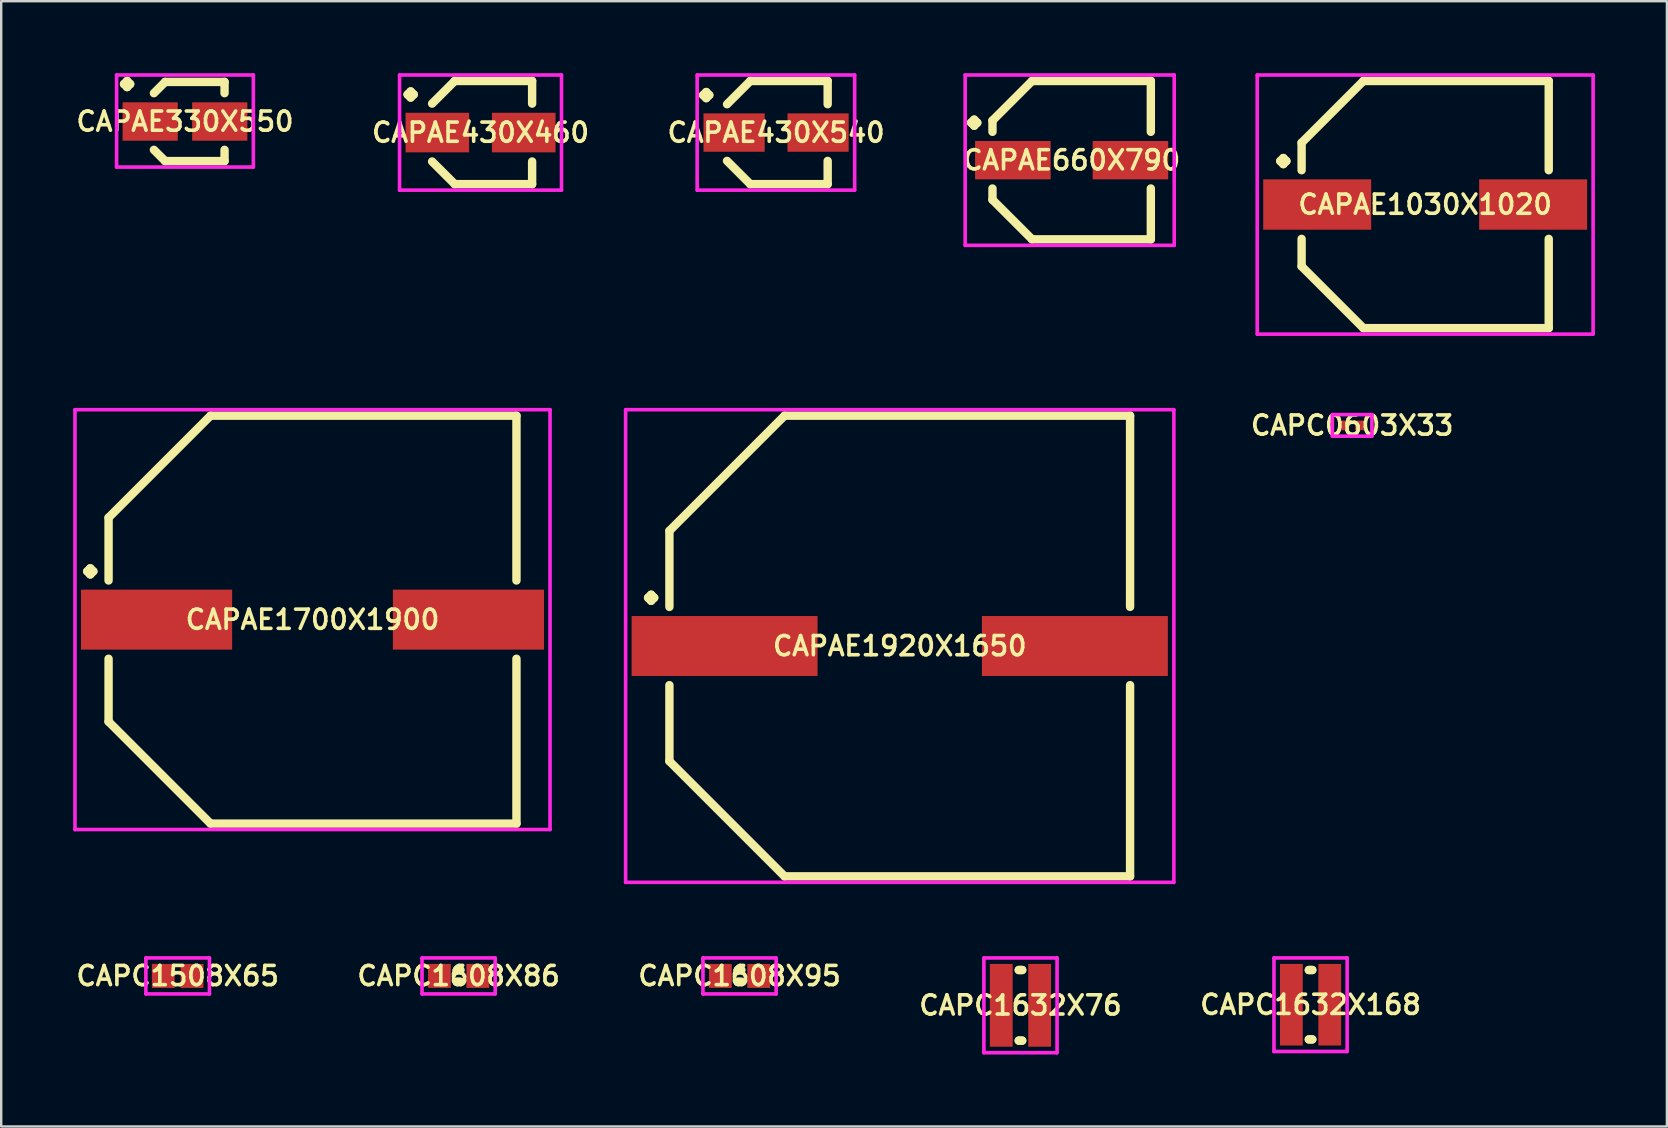
<source format=kicad_pcb>
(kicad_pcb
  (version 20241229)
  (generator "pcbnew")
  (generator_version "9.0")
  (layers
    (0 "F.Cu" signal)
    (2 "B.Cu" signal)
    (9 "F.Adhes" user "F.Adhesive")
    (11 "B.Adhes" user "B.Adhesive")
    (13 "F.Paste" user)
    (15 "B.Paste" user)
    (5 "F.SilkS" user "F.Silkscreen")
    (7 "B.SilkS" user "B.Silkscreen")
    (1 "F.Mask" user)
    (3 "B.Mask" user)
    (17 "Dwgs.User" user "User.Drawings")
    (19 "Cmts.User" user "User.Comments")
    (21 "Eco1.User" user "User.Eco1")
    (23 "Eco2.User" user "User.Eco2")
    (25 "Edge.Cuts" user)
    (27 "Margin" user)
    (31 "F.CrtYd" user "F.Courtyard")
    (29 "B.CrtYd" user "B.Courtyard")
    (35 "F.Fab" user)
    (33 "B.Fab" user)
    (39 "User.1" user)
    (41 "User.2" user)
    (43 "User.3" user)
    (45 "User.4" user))
  (footprint "CAPC1632X168"
    (layer "F.Cu")
    (at 51.572 38.825)
    (property "Reference" "CAPC1632X168" (at 0 0 0) (layer "F.SilkS") (effects (font (size 0.8 0.8) (thickness 0.15))))
    (attr smd)
    (fp_line (start -0.071 -1.446) (end 0.071 -1.446) (stroke (width 0.35) (type solid)) (layer "F.SilkS"))
    (fp_line (start -0.071 1.446) (end 0.071 1.446) (stroke (width 0.35) (type solid)) (layer "F.SilkS"))
    (fp_line (start 0.071 -1.446) (end -0.071 -1.446) (stroke (width 0.35) (type solid)) (layer "F.SilkS"))
    (fp_line (start 0.071 1.446) (end -0.071 1.446) (stroke (width 0.35) (type solid)) (layer "F.SilkS"))
    (fp_line (start -1.525 -1.95) (end 1.525 -1.95) (stroke (width 0.15) (type solid)) (layer "F.CrtYd"))
    (fp_line (start -1.525 1.95) (end -1.525 -1.95) (stroke (width 0.15) (type solid)) (layer "F.CrtYd"))
    (fp_line (start 1.525 -1.95) (end 1.525 1.95) (stroke (width 0.15) (type solid)) (layer "F.CrtYd"))
    (fp_line (start 1.525 1.95) (end -1.525 1.95) (stroke (width 0.15) (type solid)) (layer "F.CrtYd"))
    (pad "1" smd rect (at -0.8 0) (size 0.95 3.4) (layers "F.Cu" "F.Mask" "F.Paste"))
    (pad "2" smd rect (at 0.8 0) (size 0.95 3.4) (layers "F.Cu" "F.Mask" "F.Paste")))
  (footprint "CAPAE430X540"
    (layer "F.Cu")
    (at 29.296 2.475)
    (property "Reference" "CAPAE430X540" (at 0 0 0) (layer "F.SilkS") (effects (font (size 0.8 0.8) (thickness 0.15))))
    (attr smd)
    (fp_line (start -3.039 -1.562) (end -2.912 -1.689) (stroke (width 0.35) (type solid)) (layer "F.SilkS"))
    (fp_line (start -2.912 -1.689) (end -2.785 -1.562) (stroke (width 0.35) (type solid)) (layer "F.SilkS"))
    (fp_line (start -2.912 -1.435) (end -3.039 -1.562) (stroke (width 0.35) (type solid)) (layer "F.SilkS"))
    (fp_line (start -2.785 -1.562) (end -2.912 -1.435) (stroke (width 0.35) (type solid)) (layer "F.SilkS"))
    (fp_line (start -1.075 -2.15) (end -2.044 -1.181) (stroke (width 0.35) (type solid)) (layer "F.SilkS"))
    (fp_line (start -1.075 2.15) (end -2.044 1.181) (stroke (width 0.35) (type solid)) (layer "F.SilkS"))
    (fp_line (start 2.15 -2.15) (end -1.075 -2.15) (stroke (width 0.35) (type solid)) (layer "F.SilkS"))
    (fp_line (start 2.15 -1.181) (end 2.15 -2.15) (stroke (width 0.35) (type solid)) (layer "F.SilkS"))
    (fp_line (start 2.15 1.181) (end 2.15 2.15) (stroke (width 0.35) (type solid)) (layer "F.SilkS"))
    (fp_line (start 2.15 2.15) (end -1.075 2.15) (stroke (width 0.35) (type solid)) (layer "F.SilkS"))
    (fp_line (start -3.289 -2.4) (end 3.275 -2.4) (stroke (width 0.15) (type solid)) (layer "F.CrtYd"))
    (fp_line (start -3.289 2.4) (end -3.289 -2.4) (stroke (width 0.15) (type solid)) (layer "F.CrtYd"))
    (fp_line (start 3.275 -2.4) (end 3.275 2.4) (stroke (width 0.15) (type solid)) (layer "F.CrtYd"))
    (fp_line (start 3.275 2.4) (end -3.289 2.4) (stroke (width 0.15) (type solid)) (layer "F.CrtYd"))
    (pad "1" smd rect (at -1.75 0) (size 2.55 1.6) (layers "F.Cu" "F.Mask" "F.Paste"))
    (pad "2" smd rect (at 1.75 0) (size 2.55 1.6) (layers "F.Cu" "F.Mask" "F.Paste")))
  (footprint "CAPAE660X790"
    (layer "F.Cu")
    (at 41.615 3.625)
    (property "Reference" "CAPAE660X790" (at 0 0 0) (layer "F.SilkS") (effects (font (size 0.8 0.8) (thickness 0.15))))
    (attr smd)
    (fp_line (start -4.189 -1.562) (end -4.062 -1.689) (stroke (width 0.35) (type solid)) (layer "F.SilkS"))
    (fp_line (start -4.062 -1.689) (end -3.935 -1.562) (stroke (width 0.35) (type solid)) (layer "F.SilkS"))
    (fp_line (start -4.062 -1.435) (end -4.189 -1.562) (stroke (width 0.35) (type solid)) (layer "F.SilkS"))
    (fp_line (start -3.935 -1.562) (end -4.062 -1.435) (stroke (width 0.35) (type solid)) (layer "F.SilkS"))
    (fp_line (start -3.3 -1.65) (end -3.3 -1.181) (stroke (width 0.35) (type solid)) (layer "F.SilkS"))
    (fp_line (start -3.3 1.65) (end -3.3 1.181) (stroke (width 0.35) (type solid)) (layer "F.SilkS"))
    (fp_line (start -1.65 -3.3) (end -3.3 -1.65) (stroke (width 0.35) (type solid)) (layer "F.SilkS"))
    (fp_line (start -1.65 3.3) (end -3.3 1.65) (stroke (width 0.35) (type solid)) (layer "F.SilkS"))
    (fp_line (start 3.3 -3.3) (end -1.65 -3.3) (stroke (width 0.35) (type solid)) (layer "F.SilkS"))
    (fp_line (start 3.3 -1.181) (end 3.3 -3.3) (stroke (width 0.35) (type solid)) (layer "F.SilkS"))
    (fp_line (start 3.3 1.181) (end 3.3 3.3) (stroke (width 0.35) (type solid)) (layer "F.SilkS"))
    (fp_line (start 3.3 3.3) (end -1.65 3.3) (stroke (width 0.35) (type solid)) (layer "F.SilkS"))
    (fp_line (start -4.439 -3.55) (end 4.275 -3.55) (stroke (width 0.15) (type solid)) (layer "F.CrtYd"))
    (fp_line (start -4.439 3.55) (end -4.439 -3.55) (stroke (width 0.15) (type solid)) (layer "F.CrtYd"))
    (fp_line (start 4.275 -3.55) (end 4.275 3.55) (stroke (width 0.15) (type solid)) (layer "F.CrtYd"))
    (fp_line (start 4.275 3.55) (end -4.439 3.55) (stroke (width 0.15) (type solid)) (layer "F.CrtYd"))
    (pad "1" smd rect (at -2.45 0) (size 3.15 1.6) (layers "F.Cu" "F.Mask" "F.Paste"))
    (pad "2" smd rect (at 2.45 0) (size 3.15 1.6) (layers "F.Cu" "F.Mask" "F.Paste")))
  (footprint "CAPAE430X460"
    (layer "F.Cu")
    (at 16.978 2.475)
    (property "Reference" "CAPAE430X460" (at 0 0 0) (layer "F.SilkS") (effects (font (size 0.8 0.8) (thickness 0.15))))
    (attr smd)
    (fp_line (start -3.039 -1.587) (end -2.912 -1.714) (stroke (width 0.35) (type solid)) (layer "F.SilkS"))
    (fp_line (start -2.912 -1.714) (end -2.785 -1.587) (stroke (width 0.35) (type solid)) (layer "F.SilkS"))
    (fp_line (start -2.912 -1.46) (end -3.039 -1.587) (stroke (width 0.35) (type solid)) (layer "F.SilkS"))
    (fp_line (start -2.785 -1.587) (end -2.912 -1.46) (stroke (width 0.35) (type solid)) (layer "F.SilkS"))
    (fp_line (start -1.075 -2.15) (end -2.019 -1.206) (stroke (width 0.35) (type solid)) (layer "F.SilkS"))
    (fp_line (start -1.075 2.15) (end -2.019 1.206) (stroke (width 0.35) (type solid)) (layer "F.SilkS"))
    (fp_line (start 2.15 -2.15) (end -1.075 -2.15) (stroke (width 0.35) (type solid)) (layer "F.SilkS"))
    (fp_line (start 2.15 -1.206) (end 2.15 -2.15) (stroke (width 0.35) (type solid)) (layer "F.SilkS"))
    (fp_line (start 2.15 1.206) (end 2.15 2.15) (stroke (width 0.35) (type solid)) (layer "F.SilkS"))
    (fp_line (start 2.15 2.15) (end -1.075 2.15) (stroke (width 0.35) (type solid)) (layer "F.SilkS"))
    (fp_line (start -3.375 -2.4) (end 3.375 -2.4) (stroke (width 0.15) (type solid)) (layer "F.CrtYd"))
    (fp_line (start -3.375 2.4) (end -3.375 -2.4) (stroke (width 0.15) (type solid)) (layer "F.CrtYd"))
    (fp_line (start 3.375 -2.4) (end 3.375 2.4) (stroke (width 0.15) (type solid)) (layer "F.CrtYd"))
    (fp_line (start 3.375 2.4) (end -3.375 2.4) (stroke (width 0.15) (type solid)) (layer "F.CrtYd"))
    (pad "1" smd rect (at -1.8 0) (size 2.65 1.65) (layers "F.Cu" "F.Mask" "F.Paste"))
    (pad "2" smd rect (at 1.8 0) (size 2.65 1.65) (layers "F.Cu" "F.Mask" "F.Paste")))
  (footprint "CAPC1608X86"
    (layer "F.Cu")
    (at 16.064 37.625)
    (property "Reference" "CAPC1608X86" (at 0 0 0) (layer "F.SilkS") (effects (font (size 0.8 0.8) (thickness 0.15))))
    (attr smd)
    (fp_line (start -0.071 -0.246) (end 0.071 -0.246) (stroke (width 0.35) (type solid)) (layer "F.SilkS"))
    (fp_line (start -0.071 0.246) (end 0.071 0.246) (stroke (width 0.35) (type solid)) (layer "F.SilkS"))
    (fp_line (start 0.071 -0.246) (end -0.071 -0.246) (stroke (width 0.35) (type solid)) (layer "F.SilkS"))
    (fp_line (start 0.071 0.246) (end -0.071 0.246) (stroke (width 0.35) (type solid)) (layer "F.SilkS"))
    (fp_line (start -1.525 -0.75) (end 1.525 -0.75) (stroke (width 0.15) (type solid)) (layer "F.CrtYd"))
    (fp_line (start -1.525 0.75) (end -1.525 -0.75) (stroke (width 0.15) (type solid)) (layer "F.CrtYd"))
    (fp_line (start 1.525 -0.75) (end 1.525 0.75) (stroke (width 0.15) (type solid)) (layer "F.CrtYd"))
    (fp_line (start 1.525 0.75) (end -1.525 0.75) (stroke (width 0.15) (type solid)) (layer "F.CrtYd"))
    (pad "1" smd rect (at -0.8 0) (size 0.95 1) (layers "F.Cu" "F.Mask" "F.Paste"))
    (pad "2" smd rect (at 0.8 0) (size 0.95 1) (layers "F.Cu" "F.Mask" "F.Paste")))
  (footprint "CAPAE1030X1020"
    (layer "F.Cu")
    (at 56.349 5.475)
    (property "Reference" "CAPAE1030X1020" (at 0 0 0) (layer "F.SilkS") (effects (font (size 0.8 0.8) (thickness 0.15))))
    (attr smd)
    (fp_line (start -6.039 -1.812) (end -5.912 -1.939) (stroke (width 0.35) (type solid)) (layer "F.SilkS"))
    (fp_line (start -5.912 -1.939) (end -5.785 -1.812) (stroke (width 0.35) (type solid)) (layer "F.SilkS"))
    (fp_line (start -5.912 -1.685) (end -6.039 -1.812) (stroke (width 0.35) (type solid)) (layer "F.SilkS"))
    (fp_line (start -5.785 -1.812) (end -5.912 -1.685) (stroke (width 0.35) (type solid)) (layer "F.SilkS"))
    (fp_line (start -5.15 -2.575) (end -5.15 -1.431) (stroke (width 0.35) (type solid)) (layer "F.SilkS"))
    (fp_line (start -5.15 2.575) (end -5.15 1.431) (stroke (width 0.35) (type solid)) (layer "F.SilkS"))
    (fp_line (start -2.575 -5.15) (end -5.15 -2.575) (stroke (width 0.35) (type solid)) (layer "F.SilkS"))
    (fp_line (start -2.575 5.15) (end -5.15 2.575) (stroke (width 0.35) (type solid)) (layer "F.SilkS"))
    (fp_line (start 5.15 -5.15) (end -2.575 -5.15) (stroke (width 0.35) (type solid)) (layer "F.SilkS"))
    (fp_line (start 5.15 -1.431) (end 5.15 -5.15) (stroke (width 0.35) (type solid)) (layer "F.SilkS"))
    (fp_line (start 5.15 1.431) (end 5.15 5.15) (stroke (width 0.35) (type solid)) (layer "F.SilkS"))
    (fp_line (start 5.15 5.15) (end -2.575 5.15) (stroke (width 0.35) (type solid)) (layer "F.SilkS"))
    (fp_line (start -7 -5.4) (end 7 -5.4) (stroke (width 0.15) (type solid)) (layer "F.CrtYd"))
    (fp_line (start -7 5.4) (end -7 -5.4) (stroke (width 0.15) (type solid)) (layer "F.CrtYd"))
    (fp_line (start 7 -5.4) (end 7 5.4) (stroke (width 0.15) (type solid)) (layer "F.CrtYd"))
    (fp_line (start 7 5.4) (end -7 5.4) (stroke (width 0.15) (type solid)) (layer "F.CrtYd"))
    (pad "1" smd rect (at -4.5 0) (size 4.5 2.1) (layers "F.Cu" "F.Mask" "F.Paste"))
    (pad "2" smd rect (at 4.5 0) (size 4.5 2.1) (layers "F.Cu" "F.Mask" "F.Paste")))
  (footprint "CAPAE1700X1900"
    (layer "F.Cu")
    (at 9.975 22.775)
    (property "Reference" "CAPAE1700X1900" (at 0 0 0) (layer "F.SilkS") (effects (font (size 0.8 0.8) (thickness 0.15))))
    (attr smd)
    (fp_line (start -9.389 -2.012) (end -9.262 -2.139) (stroke (width 0.35) (type solid)) (layer "F.SilkS"))
    (fp_line (start -9.262 -2.139) (end -9.135 -2.012) (stroke (width 0.35) (type solid)) (layer "F.SilkS"))
    (fp_line (start -9.262 -1.885) (end -9.389 -2.012) (stroke (width 0.35) (type solid)) (layer "F.SilkS"))
    (fp_line (start -9.135 -2.012) (end -9.262 -1.885) (stroke (width 0.35) (type solid)) (layer "F.SilkS"))
    (fp_line (start -8.5 -4.25) (end -8.5 -1.631) (stroke (width 0.35) (type solid)) (layer "F.SilkS"))
    (fp_line (start -8.5 4.25) (end -8.5 1.631) (stroke (width 0.35) (type solid)) (layer "F.SilkS"))
    (fp_line (start -4.25 -8.5) (end -8.5 -4.25) (stroke (width 0.35) (type solid)) (layer "F.SilkS"))
    (fp_line (start -4.25 8.5) (end -8.5 4.25) (stroke (width 0.35) (type solid)) (layer "F.SilkS"))
    (fp_line (start 8.5 -8.5) (end -4.25 -8.5) (stroke (width 0.35) (type solid)) (layer "F.SilkS"))
    (fp_line (start 8.5 -1.631) (end 8.5 -8.5) (stroke (width 0.35) (type solid)) (layer "F.SilkS"))
    (fp_line (start 8.5 1.631) (end 8.5 8.5) (stroke (width 0.35) (type solid)) (layer "F.SilkS"))
    (fp_line (start 8.5 8.5) (end -4.25 8.5) (stroke (width 0.35) (type solid)) (layer "F.SilkS"))
    (fp_line (start -9.9 -8.75) (end 9.9 -8.75) (stroke (width 0.15) (type solid)) (layer "F.CrtYd"))
    (fp_line (start -9.9 8.75) (end -9.9 -8.75) (stroke (width 0.15) (type solid)) (layer "F.CrtYd"))
    (fp_line (start 9.9 -8.75) (end 9.9 8.75) (stroke (width 0.15) (type solid)) (layer "F.CrtYd"))
    (fp_line (start 9.9 8.75) (end -9.9 8.75) (stroke (width 0.15) (type solid)) (layer "F.CrtYd"))
    (pad "1" smd rect (at -6.5 0) (size 6.3 2.5) (layers "F.Cu" "F.Mask" "F.Paste"))
    (pad "2" smd rect (at 6.5 0) (size 6.3 2.5) (layers "F.Cu" "F.Mask" "F.Paste")))
  (footprint "CAPAE1920X1650"
    (layer "F.Cu")
    (at 34.45 23.875)
    (property "Reference" "CAPAE1920X1650" (at 0 0 0) (layer "F.SilkS") (effects (font (size 0.8 0.8) (thickness 0.15))))
    (attr smd)
    (fp_line (start -10.489 -2.012) (end -10.362 -2.139) (stroke (width 0.35) (type solid)) (layer "F.SilkS"))
    (fp_line (start -10.362 -2.139) (end -10.235 -2.012) (stroke (width 0.35) (type solid)) (layer "F.SilkS"))
    (fp_line (start -10.362 -1.885) (end -10.489 -2.012) (stroke (width 0.35) (type solid)) (layer "F.SilkS"))
    (fp_line (start -10.235 -2.012) (end -10.362 -1.885) (stroke (width 0.35) (type solid)) (layer "F.SilkS"))
    (fp_line (start -9.6 -4.8) (end -9.6 -1.631) (stroke (width 0.35) (type solid)) (layer "F.SilkS"))
    (fp_line (start -9.6 4.8) (end -9.6 1.631) (stroke (width 0.35) (type solid)) (layer "F.SilkS"))
    (fp_line (start -4.8 -9.6) (end -9.6 -4.8) (stroke (width 0.35) (type solid)) (layer "F.SilkS"))
    (fp_line (start -4.8 9.6) (end -9.6 4.8) (stroke (width 0.35) (type solid)) (layer "F.SilkS"))
    (fp_line (start 9.6 -9.6) (end -4.8 -9.6) (stroke (width 0.35) (type solid)) (layer "F.SilkS"))
    (fp_line (start 9.6 -1.631) (end 9.6 -9.6) (stroke (width 0.35) (type solid)) (layer "F.SilkS"))
    (fp_line (start 9.6 1.631) (end 9.6 9.6) (stroke (width 0.35) (type solid)) (layer "F.SilkS"))
    (fp_line (start 9.6 9.6) (end -4.8 9.6) (stroke (width 0.35) (type solid)) (layer "F.SilkS"))
    (fp_line (start -11.425 -9.85) (end 11.425 -9.85) (stroke (width 0.15) (type solid)) (layer "F.CrtYd"))
    (fp_line (start -11.425 9.85) (end -11.425 -9.85) (stroke (width 0.15) (type solid)) (layer "F.CrtYd"))
    (fp_line (start 11.425 -9.85) (end 11.425 9.85) (stroke (width 0.15) (type solid)) (layer "F.CrtYd"))
    (fp_line (start 11.425 9.85) (end -11.425 9.85) (stroke (width 0.15) (type solid)) (layer "F.CrtYd"))
    (pad "1" smd rect (at -7.3 0) (size 7.75 2.5) (layers "F.Cu" "F.Mask" "F.Paste"))
    (pad "2" smd rect (at 7.3 0) (size 7.75 2.5) (layers "F.Cu" "F.Mask" "F.Paste")))
  (footprint "CAPAE330X550"
    (layer "F.Cu")
    (at 4.659 2.014)
    (property "Reference" "CAPAE330X550" (at 0 0 0) (layer "F.SilkS") (effects (font (size 0.8 0.8) (thickness 0.15))))
    (attr smd)
    (fp_line (start -2.539 -1.562) (end -2.412 -1.689) (stroke (width 0.35) (type solid)) (layer "F.SilkS"))
    (fp_line (start -2.412 -1.689) (end -2.285 -1.562) (stroke (width 0.35) (type solid)) (layer "F.SilkS"))
    (fp_line (start -2.412 -1.435) (end -2.539 -1.562) (stroke (width 0.35) (type solid)) (layer "F.SilkS"))
    (fp_line (start -2.285 -1.562) (end -2.412 -1.435) (stroke (width 0.35) (type solid)) (layer "F.SilkS"))
    (fp_line (start -0.825 -1.65) (end -1.294 -1.181) (stroke (width 0.35) (type solid)) (layer "F.SilkS"))
    (fp_line (start -0.825 1.65) (end -1.294 1.181) (stroke (width 0.35) (type solid)) (layer "F.SilkS"))
    (fp_line (start 1.65 -1.65) (end -0.825 -1.65) (stroke (width 0.35) (type solid)) (layer "F.SilkS"))
    (fp_line (start 1.65 -1.181) (end 1.65 -1.65) (stroke (width 0.35) (type solid)) (layer "F.SilkS"))
    (fp_line (start 1.65 1.181) (end 1.65 1.65) (stroke (width 0.35) (type solid)) (layer "F.SilkS"))
    (fp_line (start 1.65 1.65) (end -0.825 1.65) (stroke (width 0.35) (type solid)) (layer "F.SilkS"))
    (fp_line (start -2.85 -1.939) (end 2.85 -1.939) (stroke (width 0.15) (type solid)) (layer "F.CrtYd"))
    (fp_line (start -2.85 1.9) (end -2.85 -1.939) (stroke (width 0.15) (type solid)) (layer "F.CrtYd"))
    (fp_line (start 2.85 -1.939) (end 2.85 1.9) (stroke (width 0.15) (type solid)) (layer "F.CrtYd"))
    (fp_line (start 2.85 1.9) (end -2.85 1.9) (stroke (width 0.15) (type solid)) (layer "F.CrtYd"))
    (pad "1" smd rect (at -1.45 0) (size 2.3 1.6) (layers "F.Cu" "F.Mask" "F.Paste"))
    (pad "2" smd rect (at 1.45 0) (size 2.3 1.6) (layers "F.Cu" "F.Mask" "F.Paste")))
  (footprint "CAPC1508X65"
    (layer "F.Cu")
    (at 4.355 37.625)
    (property "Reference" "CAPC1508X65" (at 0 0 0) (layer "F.SilkS") (effects (font (size 0.8 0.8) (thickness 0.15))))
    (attr smd)
    (fp_line (start -1.325 -0.75) (end 1.325 -0.75) (stroke (width 0.15) (type solid)) (layer "F.CrtYd"))
    (fp_line (start -1.325 0.75) (end -1.325 -0.75) (stroke (width 0.15) (type solid)) (layer "F.CrtYd"))
    (fp_line (start 1.325 -0.75) (end 1.325 0.75) (stroke (width 0.15) (type solid)) (layer "F.CrtYd"))
    (fp_line (start 1.325 0.75) (end -1.325 0.75) (stroke (width 0.15) (type solid)) (layer "F.CrtYd"))
    (pad "1" smd rect (at -0.6 0) (size 0.95 1) (layers "F.Cu" "F.Mask" "F.Paste"))
    (pad "2" smd rect (at 0.6 0) (size 0.95 1) (layers "F.Cu" "F.Mask" "F.Paste")))
  (footprint "CAPC1632X76"
    (layer "F.Cu")
    (at 39.482 38.85)
    (property "Reference" "CAPC1632X76" (at 0 0 0) (layer "F.SilkS") (effects (font (size 0.8 0.8) (thickness 0.15))))
    (attr smd)
    (fp_line (start -0.071 -1.471) (end 0.071 -1.471) (stroke (width 0.35) (type solid)) (layer "F.SilkS"))
    (fp_line (start -0.071 1.471) (end 0.071 1.471) (stroke (width 0.35) (type solid)) (layer "F.SilkS"))
    (fp_line (start 0.071 -1.471) (end -0.071 -1.471) (stroke (width 0.35) (type solid)) (layer "F.SilkS"))
    (fp_line (start 0.071 1.471) (end -0.071 1.471) (stroke (width 0.35) (type solid)) (layer "F.SilkS"))
    (fp_line (start -1.525 -1.975) (end 1.525 -1.975) (stroke (width 0.15) (type solid)) (layer "F.CrtYd"))
    (fp_line (start -1.525 1.975) (end -1.525 -1.975) (stroke (width 0.15) (type solid)) (layer "F.CrtYd"))
    (fp_line (start 1.525 -1.975) (end 1.525 1.975) (stroke (width 0.15) (type solid)) (layer "F.CrtYd"))
    (fp_line (start 1.525 1.975) (end -1.525 1.975) (stroke (width 0.15) (type solid)) (layer "F.CrtYd"))
    (pad "1" smd rect (at -0.8 0) (size 0.95 3.45) (layers "F.Cu" "F.Mask" "F.Paste"))
    (pad "2" smd rect (at 0.8 0) (size 0.95 3.45) (layers "F.Cu" "F.Mask" "F.Paste")))
  (footprint "CAPC1608X95"
    (layer "F.Cu")
    (at 27.773 37.625)
    (property "Reference" "CAPC1608X95" (at 0 0 0) (layer "F.SilkS") (effects (font (size 0.8 0.8) (thickness 0.15))))
    (attr smd)
    (fp_line (start -0.071 -0.246) (end 0.071 -0.246) (stroke (width 0.35) (type solid)) (layer "F.SilkS"))
    (fp_line (start -0.071 0.246) (end 0.071 0.246) (stroke (width 0.35) (type solid)) (layer "F.SilkS"))
    (fp_line (start 0.071 -0.246) (end -0.071 -0.246) (stroke (width 0.35) (type solid)) (layer "F.SilkS"))
    (fp_line (start 0.071 0.246) (end -0.071 0.246) (stroke (width 0.35) (type solid)) (layer "F.SilkS"))
    (fp_line (start -1.525 -0.75) (end 1.525 -0.75) (stroke (width 0.15) (type solid)) (layer "F.CrtYd"))
    (fp_line (start -1.525 0.75) (end -1.525 -0.75) (stroke (width 0.15) (type solid)) (layer "F.CrtYd"))
    (fp_line (start 1.525 -0.75) (end 1.525 0.75) (stroke (width 0.15) (type solid)) (layer "F.CrtYd"))
    (fp_line (start 1.525 0.75) (end -1.525 0.75) (stroke (width 0.15) (type solid)) (layer "F.CrtYd"))
    (pad "1" smd rect (at -0.8 0) (size 0.95 1) (layers "F.Cu" "F.Mask" "F.Paste"))
    (pad "2" smd rect (at 0.8 0) (size 0.95 1) (layers "F.Cu" "F.Mask" "F.Paste")))
  (footprint "CAPC0603X33"
    (layer "F.Cu")
    (at 53.305 14.681)
    (property "Reference" "CAPC0603X33" (at 0 0 0) (layer "F.SilkS") (effects (font (size 0.8 0.8) (thickness 0.15))))
    (attr smd)
    (fp_line (start -0.825 -0.45) (end 0.825 -0.45) (stroke (width 0.15) (type solid)) (layer "F.CrtYd"))
    (fp_line (start -0.825 0.45) (end -0.825 -0.45) (stroke (width 0.15) (type solid)) (layer "F.CrtYd"))
    (fp_line (start 0.825 -0.45) (end 0.825 0.45) (stroke (width 0.15) (type solid)) (layer "F.CrtYd"))
    (fp_line (start 0.825 0.45) (end -0.825 0.45) (stroke (width 0.15) (type solid)) (layer "F.CrtYd"))
    (pad "1" smd rect (at -0.35 0) (size 0.45 0.4) (layers "F.Cu" "F.Mask" "F.Paste"))
    (pad "2" smd rect (at 0.35 0) (size 0.45 0.4) (layers "F.Cu" "F.Mask" "F.Paste")))
  (gr_rect
    (start -3 -3)
    (end 66.424 43.9)
    (stroke (width 0.1) (type default))
    (fill no)
    (layer "Edge.Cuts")))
</source>
